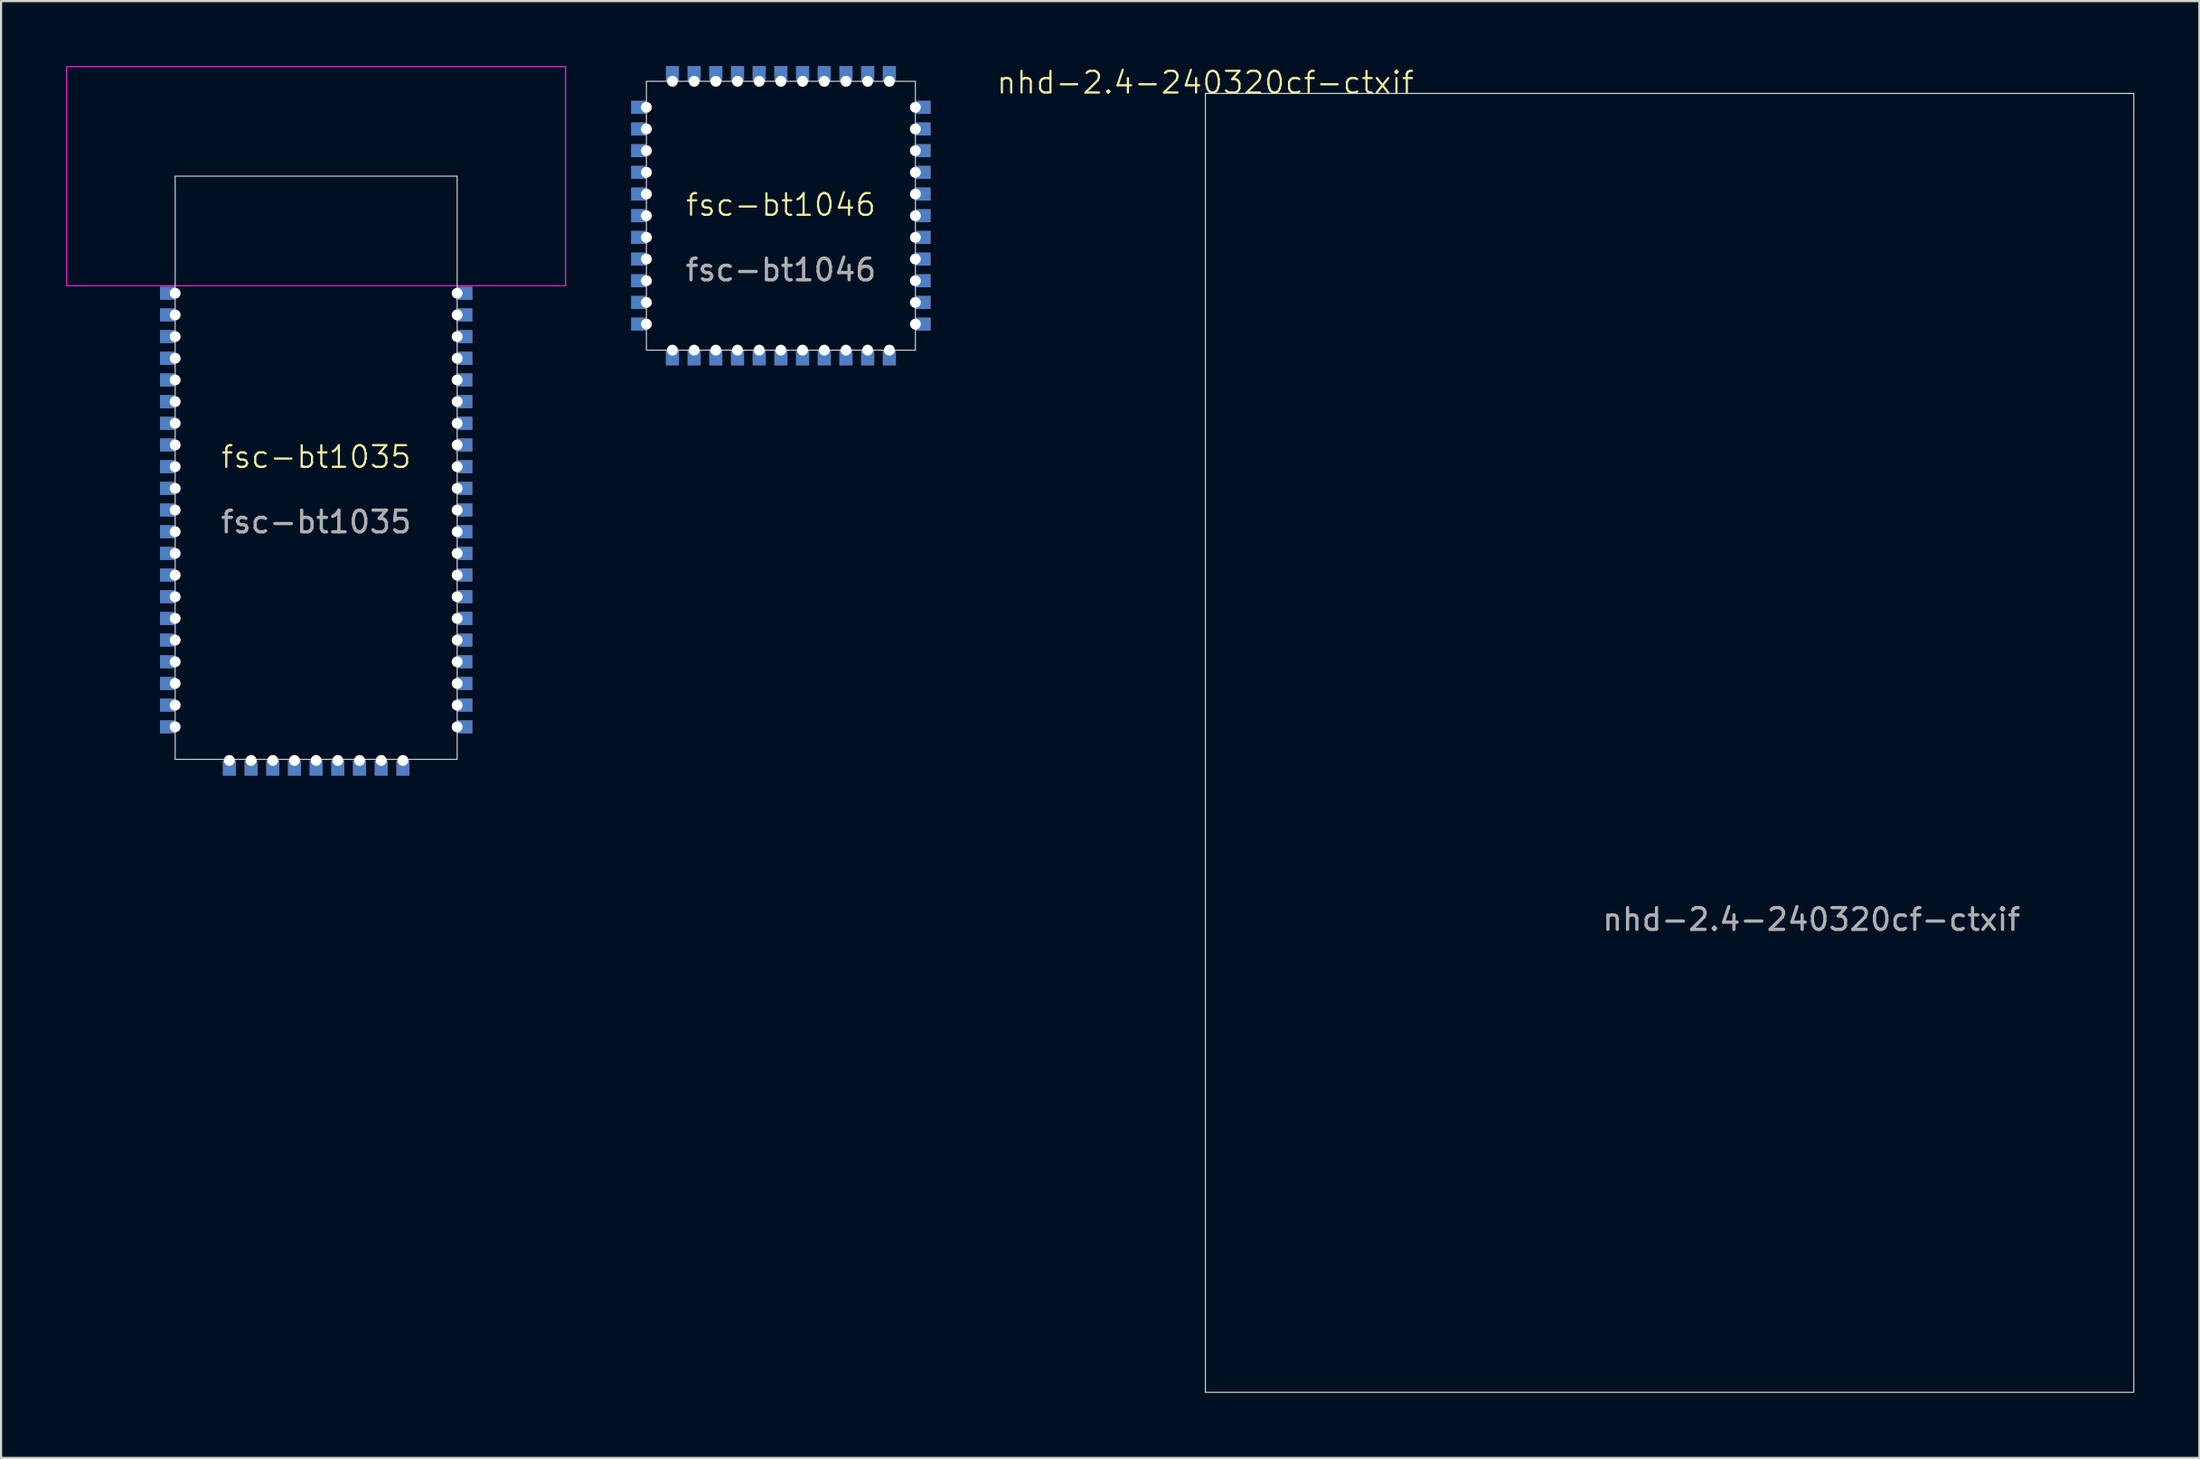
<source format=kicad_pcb>
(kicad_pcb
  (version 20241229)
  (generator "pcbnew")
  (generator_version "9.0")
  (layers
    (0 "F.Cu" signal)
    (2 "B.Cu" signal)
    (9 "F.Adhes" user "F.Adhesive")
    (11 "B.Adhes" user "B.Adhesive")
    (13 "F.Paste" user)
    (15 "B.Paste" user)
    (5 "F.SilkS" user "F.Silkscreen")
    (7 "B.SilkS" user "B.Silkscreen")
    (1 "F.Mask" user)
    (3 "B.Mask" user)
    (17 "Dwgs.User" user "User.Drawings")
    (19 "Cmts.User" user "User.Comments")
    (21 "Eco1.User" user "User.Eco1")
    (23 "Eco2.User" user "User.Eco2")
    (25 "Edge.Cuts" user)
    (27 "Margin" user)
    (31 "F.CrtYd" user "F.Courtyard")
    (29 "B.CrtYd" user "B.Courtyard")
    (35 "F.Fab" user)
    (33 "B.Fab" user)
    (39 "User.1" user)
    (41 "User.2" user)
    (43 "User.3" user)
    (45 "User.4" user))
  (footprint "fsc-bt1035"
    (layer "F.Cu")
    (at 11.525 18.525)
    (property "Reference" "fsc-bt1035" (at 0 -0.5 0) (unlocked yes) (layer "F.SilkS") (effects (font (size 1 1) (thickness 0.1))))
    (attr smd)
    (fp_rect (start -6.5 -13.45) (end 6.5 13.45) (stroke (width 0.05) (type default)) (fill no) (layer "Edge.Cuts"))
    (fp_rect (start -11.5 -18.5) (end 11.5 -8.4) (stroke (width 0.05) (type default)) (fill no) (layer "F.CrtYd"))
    (fp_text user "${REFERENCE}" (at 0 2.5 0) (unlocked yes) (layer "F.Fab") (effects (font (size 1 1) (thickness 0.15))))
    (pad "1" thru_hole rect (at -6.5 -8.05 180) (size 0.7 0.6) (drill 0.5 (offset 0.35 0)) (layers "*.Cu" "*.Mask"))
    (pad "2" thru_hole rect (at -6.5 -7.05 180) (size 0.7 0.6) (drill 0.5 (offset 0.35 0)) (layers "*.Cu" "*.Mask"))
    (pad "3" thru_hole rect (at -6.5 -6.05 180) (size 0.7 0.6) (drill 0.5 (offset 0.35 0)) (layers "*.Cu" "*.Mask"))
    (pad "4" thru_hole rect (at -6.5 -5.05 180) (size 0.7 0.6) (drill 0.5 (offset 0.35 0)) (layers "*.Cu" "*.Mask"))
    (pad "5" thru_hole rect (at -6.5 -4.05 180) (size 0.7 0.6) (drill 0.5 (offset 0.35 0)) (layers "*.Cu" "*.Mask"))
    (pad "6" thru_hole rect (at -6.5 -3.05 180) (size 0.7 0.6) (drill 0.5 (offset 0.35 0)) (layers "*.Cu" "*.Mask"))
    (pad "7" thru_hole rect (at -6.5 -2.05 180) (size 0.7 0.6) (drill 0.5 (offset 0.35 0)) (layers "*.Cu" "*.Mask"))
    (pad "8" thru_hole rect (at -6.5 -1.05 180) (size 0.7 0.6) (drill 0.5 (offset 0.35 0)) (layers "*.Cu" "*.Mask"))
    (pad "9" thru_hole rect (at -6.5 -0.05 180) (size 0.7 0.6) (drill 0.5 (offset 0.35 0)) (layers "*.Cu" "*.Mask"))
    (pad "10" thru_hole rect (at -6.5 0.95 180) (size 0.7 0.6) (drill 0.5 (offset 0.35 0)) (layers "*.Cu" "*.Mask"))
    (pad "11" thru_hole rect (at -6.5 1.95 180) (size 0.7 0.6) (drill 0.5 (offset 0.35 0)) (layers "*.Cu" "*.Mask"))
    (pad "12" thru_hole rect (at -6.5 2.95 180) (size 0.7 0.6) (drill 0.5 (offset 0.35 0)) (layers "*.Cu" "*.Mask"))
    (pad "13" thru_hole rect (at -6.5 3.95 180) (size 0.7 0.6) (drill 0.5 (offset 0.35 0)) (layers "*.Cu" "*.Mask"))
    (pad "14" thru_hole rect (at -6.5 4.95 180) (size 0.7 0.6) (drill 0.5 (offset 0.35 0)) (layers "*.Cu" "*.Mask"))
    (pad "15" thru_hole rect (at -6.5 5.95 180) (size 0.7 0.6) (drill 0.5 (offset 0.35 0)) (layers "*.Cu" "*.Mask"))
    (pad "16" thru_hole rect (at -6.5 6.95 180) (size 0.7 0.6) (drill 0.5 (offset 0.35 0)) (layers "*.Cu" "*.Mask"))
    (pad "17" thru_hole rect (at -6.5 7.95 180) (size 0.7 0.6) (drill 0.5 (offset 0.35 0)) (layers "*.Cu" "*.Mask"))
    (pad "18" thru_hole rect (at -6.5 8.95 180) (size 0.7 0.6) (drill 0.5 (offset 0.35 0)) (layers "*.Cu" "*.Mask"))
    (pad "19" thru_hole rect (at -6.5 9.95 180) (size 0.7 0.6) (drill 0.5 (offset 0.35 0)) (layers "*.Cu" "*.Mask"))
    (pad "20" thru_hole rect (at -6.5 10.95 180) (size 0.7 0.6) (drill 0.5 (offset 0.35 0)) (layers "*.Cu" "*.Mask"))
    (pad "21" thru_hole rect (at -6.5 11.95 180) (size 0.7 0.6) (drill 0.5 (offset 0.35 0)) (layers "*.Cu" "*.Mask"))
    (pad "22" thru_hole rect (at -4 13.5 270) (size 0.7 0.6) (drill 0.5 (offset 0.35 0)) (layers "*.Cu" "*.Mask"))
    (pad "23" thru_hole rect (at -3 13.5 270) (size 0.7 0.6) (drill 0.5 (offset 0.35 0)) (layers "*.Cu" "*.Mask"))
    (pad "24" thru_hole rect (at -2 13.5 270) (size 0.7 0.6) (drill 0.5 (offset 0.35 0)) (layers "*.Cu" "*.Mask"))
    (pad "25" thru_hole rect (at -1 13.5 270) (size 0.7 0.6) (drill 0.5 (offset 0.35 0)) (layers "*.Cu" "*.Mask"))
    (pad "26" thru_hole rect (at 0 13.5 270) (size 0.7 0.6) (drill 0.5 (offset 0.35 0)) (layers "*.Cu" "*.Mask"))
    (pad "27" thru_hole rect (at 1 13.5 270) (size 0.7 0.6) (drill 0.5 (offset 0.35 0)) (layers "*.Cu" "*.Mask"))
    (pad "28" thru_hole rect (at 2 13.5 270) (size 0.7 0.6) (drill 0.5 (offset 0.35 0)) (layers "*.Cu" "*.Mask"))
    (pad "29" thru_hole rect (at 3 13.5 270) (size 0.7 0.6) (drill 0.5 (offset 0.35 0)) (layers "*.Cu" "*.Mask"))
    (pad "30" thru_hole rect (at 4 13.5 270) (size 0.7 0.6) (drill 0.5 (offset 0.35 0)) (layers "*.Cu" "*.Mask"))
    (pad "32" thru_hole rect (at 6.5 11.95) (size 0.7 0.6) (drill 0.5 (offset 0.35 0)) (layers "*.Cu" "*.Mask"))
    (pad "33" thru_hole rect (at 6.5 10.95) (size 0.7 0.6) (drill 0.5 (offset 0.35 0)) (layers "*.Cu" "*.Mask"))
    (pad "34" thru_hole rect (at 6.5 9.95) (size 0.7 0.6) (drill 0.5 (offset 0.35 0)) (layers "*.Cu" "*.Mask"))
    (pad "35" thru_hole rect (at 6.5 8.95) (size 0.7 0.6) (drill 0.5 (offset 0.35 0)) (layers "*.Cu" "*.Mask"))
    (pad "36" thru_hole rect (at 6.5 7.95) (size 0.7 0.6) (drill 0.5 (offset 0.35 0)) (layers "*.Cu" "*.Mask"))
    (pad "37" thru_hole rect (at 6.5 6.95) (size 0.7 0.6) (drill 0.5 (offset 0.35 0)) (layers "*.Cu" "*.Mask"))
    (pad "38" thru_hole rect (at 6.5 5.95) (size 0.7 0.6) (drill 0.5 (offset 0.35 0)) (layers "*.Cu" "*.Mask"))
    (pad "39" thru_hole rect (at 6.5 4.95) (size 0.7 0.6) (drill 0.5 (offset 0.35 0)) (layers "*.Cu" "*.Mask"))
    (pad "40" thru_hole rect (at 6.5 3.95) (size 0.7 0.6) (drill 0.5 (offset 0.35 0)) (layers "*.Cu" "*.Mask"))
    (pad "41" thru_hole rect (at 6.5 2.95) (size 0.7 0.6) (drill 0.5 (offset 0.35 0)) (layers "*.Cu" "*.Mask"))
    (pad "42" thru_hole rect (at 6.5 1.95) (size 0.7 0.6) (drill 0.5 (offset 0.35 0)) (layers "*.Cu" "*.Mask"))
    (pad "43" thru_hole rect (at 6.5 0.95) (size 0.7 0.6) (drill 0.5 (offset 0.35 0)) (layers "*.Cu" "*.Mask"))
    (pad "44" thru_hole rect (at 6.5 -0.05) (size 0.7 0.6) (drill 0.5 (offset 0.35 0)) (layers "*.Cu" "*.Mask"))
    (pad "45" thru_hole rect (at 6.5 -1.05) (size 0.7 0.6) (drill 0.5 (offset 0.35 0)) (layers "*.Cu" "*.Mask"))
    (pad "46" thru_hole rect (at 6.5 -2.05) (size 0.7 0.6) (drill 0.5 (offset 0.35 0)) (layers "*.Cu" "*.Mask"))
    (pad "47" thru_hole rect (at 6.5 -3.05) (size 0.7 0.6) (drill 0.5 (offset 0.35 0)) (layers "*.Cu" "*.Mask"))
    (pad "48" thru_hole rect (at 6.5 -4.05) (size 0.7 0.6) (drill 0.5 (offset 0.35 0)) (layers "*.Cu" "*.Mask"))
    (pad "49" thru_hole rect (at 6.5 -5.05) (size 0.7 0.6) (drill 0.5 (offset 0.35 0)) (layers "*.Cu" "*.Mask"))
    (pad "50" thru_hole rect (at 6.5 -6.05) (size 0.7 0.6) (drill 0.5 (offset 0.35 0)) (layers "*.Cu" "*.Mask"))
    (pad "51" thru_hole rect (at 6.5 -7.05) (size 0.7 0.6) (drill 0.5 (offset 0.35 0)) (layers "*.Cu" "*.Mask"))
    (pad "52" thru_hole rect (at 6.5 -8.05) (size 0.7 0.6) (drill 0.5 (offset 0.35 0)) (layers "*.Cu" "*.Mask")))
  (footprint "nhd-2.4-240320cf-ctxif"
    (layer "F.Cu")
    (at 52.519 1.26)
    (property "Reference" "nhd-2.4-240320cf-ctxif" (at 0 -0.5 0) (unlocked yes) (layer "F.SilkS") (effects (font (size 1 1) (thickness 0.1))))
    (attr smd)
    (fp_rect (start 0 0) (end 42.8 59.91) (stroke (width 0.05) (type default)) (fill no) (layer "Edge.Cuts"))
    (fp_rect (start 1 1.12) (end 41.32 57.38) (stroke (width 0.1) (type default)) (fill no) (layer "User.1"))
    (fp_rect (start 2.8 2.82) (end 39.52 51.78) (stroke (width 0.1) (type default)) (fill no) (layer "User.2"))
    (fp_text user "${REFERENCE}" (at 27.94 38.1 0) (unlocked yes) (layer "F.Fab") (effects (font (size 1 1) (thickness 0.15)))))
  (footprint "fsc-bt1046"
    (layer "F.Cu")
    (at 32.95 6.9)
    (property "Reference" "fsc-bt1046" (at 0 -0.5 0) (unlocked yes) (layer "F.SilkS") (effects (font (size 1 1) (thickness 0.1))))
    (attr smd)
    (fp_rect (start -6.2 -6.2) (end 6.2 6.2) (stroke (width 0.05) (type default)) (fill no) (layer "Edge.Cuts"))
    (fp_text user "${REFERENCE}" (at 0 2.5 0) (unlocked yes) (layer "F.Fab") (effects (font (size 1 1) (thickness 0.15))))
    (pad "1" thru_hole rect (at 6.2 -5) (size 0.7 0.6) (drill 0.5 (offset 0.35 0)) (layers "*.Cu" "*.Mask"))
    (pad "2" thru_hole rect (at 6.2 -4) (size 0.7 0.6) (drill 0.5 (offset 0.35 0)) (layers "*.Cu" "*.Mask"))
    (pad "3" thru_hole rect (at 6.2 -3) (size 0.7 0.6) (drill 0.5 (offset 0.35 0)) (layers "*.Cu" "*.Mask"))
    (pad "4" thru_hole rect (at 6.2 -2) (size 0.7 0.6) (drill 0.5 (offset 0.35 0)) (layers "*.Cu" "*.Mask"))
    (pad "5" thru_hole rect (at 6.2 -1) (size 0.7 0.6) (drill 0.5 (offset 0.35 0)) (layers "*.Cu" "*.Mask"))
    (pad "6" thru_hole rect (at 6.2 0) (size 0.7 0.6) (drill 0.5 (offset 0.35 0)) (layers "*.Cu" "*.Mask"))
    (pad "7" thru_hole rect (at 6.2 1) (size 0.7 0.6) (drill 0.5 (offset 0.35 0)) (layers "*.Cu" "*.Mask"))
    (pad "8" thru_hole rect (at 6.2 2) (size 0.7 0.6) (drill 0.5 (offset 0.35 0)) (layers "*.Cu" "*.Mask"))
    (pad "9" thru_hole rect (at 6.2 3) (size 0.7 0.6) (drill 0.5 (offset 0.35 0)) (layers "*.Cu" "*.Mask"))
    (pad "10" thru_hole rect (at 6.2 4) (size 0.7 0.6) (drill 0.5 (offset 0.35 0)) (layers "*.Cu" "*.Mask"))
    (pad "11" thru_hole rect (at 6.2 5) (size 0.7 0.6) (drill 0.5 (offset 0.35 0)) (layers "*.Cu" "*.Mask"))
    (pad "12" thru_hole rect (at 5 6.2 270) (size 0.7 0.6) (drill 0.5 (offset 0.35 0)) (layers "*.Cu" "*.Mask"))
    (pad "13" thru_hole rect (at 4 6.2 270) (size 0.7 0.6) (drill 0.5 (offset 0.35 0)) (layers "*.Cu" "*.Mask"))
    (pad "14" thru_hole rect (at 3 6.2 270) (size 0.7 0.6) (drill 0.5 (offset 0.35 0)) (layers "*.Cu" "*.Mask"))
    (pad "15" thru_hole rect (at 2 6.2 270) (size 0.7 0.6) (drill 0.5 (offset 0.35 0)) (layers "*.Cu" "*.Mask"))
    (pad "16" thru_hole rect (at 1 6.2 270) (size 0.7 0.6) (drill 0.5 (offset 0.35 0)) (layers "*.Cu" "*.Mask"))
    (pad "17" thru_hole rect (at 0 6.2 270) (size 0.7 0.6) (drill 0.5 (offset 0.35 0)) (layers "*.Cu" "*.Mask"))
    (pad "18" thru_hole rect (at -1 6.2 270) (size 0.7 0.6) (drill 0.5 (offset 0.35 0)) (layers "*.Cu" "*.Mask"))
    (pad "19" thru_hole rect (at -2 6.2 270) (size 0.7 0.6) (drill 0.5 (offset 0.35 0)) (layers "*.Cu" "*.Mask"))
    (pad "20" thru_hole rect (at -3 6.2 270) (size 0.7 0.6) (drill 0.5 (offset 0.35 0)) (layers "*.Cu" "*.Mask"))
    (pad "21" thru_hole rect (at -4 6.2 270) (size 0.7 0.6) (drill 0.5 (offset 0.35 0)) (layers "*.Cu" "*.Mask"))
    (pad "22" thru_hole rect (at -5 6.2 270) (size 0.7 0.6) (drill 0.5 (offset 0.35 0)) (layers "*.Cu" "*.Mask"))
    (pad "23" thru_hole rect (at -6.2 5 180) (size 0.7 0.6) (drill 0.5 (offset 0.35 0)) (layers "*.Cu" "*.Mask"))
    (pad "24" thru_hole rect (at -6.2 4 180) (size 0.7 0.6) (drill 0.5 (offset 0.35 0)) (layers "*.Cu" "*.Mask"))
    (pad "25" thru_hole rect (at -6.2 3 180) (size 0.7 0.6) (drill 0.5 (offset 0.35 0)) (layers "*.Cu" "*.Mask"))
    (pad "26" thru_hole rect (at -6.2 2 180) (size 0.7 0.6) (drill 0.5 (offset 0.35 0)) (layers "*.Cu" "*.Mask"))
    (pad "27" thru_hole rect (at -6.2 1 180) (size 0.7 0.6) (drill 0.5 (offset 0.35 0)) (layers "*.Cu" "*.Mask"))
    (pad "28" thru_hole rect (at -6.2 0 180) (size 0.7 0.6) (drill 0.5 (offset 0.35 0)) (layers "*.Cu" "*.Mask"))
    (pad "29" thru_hole rect (at -6.2 -1 180) (size 0.7 0.6) (drill 0.5 (offset 0.35 0)) (layers "*.Cu" "*.Mask"))
    (pad "30" thru_hole rect (at -6.2 -2 180) (size 0.7 0.6) (drill 0.5 (offset 0.35 0)) (layers "*.Cu" "*.Mask"))
    (pad "31" thru_hole rect (at -6.2 -3 180) (size 0.7 0.6) (drill 0.5 (offset 0.35 0)) (layers "*.Cu" "*.Mask"))
    (pad "32" thru_hole rect (at -6.2 -4 180) (size 0.7 0.6) (drill 0.5 (offset 0.35 0)) (layers "*.Cu" "*.Mask"))
    (pad "33" thru_hole rect (at -6.2 -5 180) (size 0.7 0.6) (drill 0.5 (offset 0.35 0)) (layers "*.Cu" "*.Mask"))
    (pad "34" thru_hole rect (at -5 -6.2 90) (size 0.7 0.6) (drill 0.5 (offset 0.35 0)) (layers "*.Cu" "*.Mask"))
    (pad "35" thru_hole rect (at -4 -6.2 90) (size 0.7 0.6) (drill 0.5 (offset 0.35 0)) (layers "*.Cu" "*.Mask"))
    (pad "36" thru_hole rect (at -3 -6.2 90) (size 0.7 0.6) (drill 0.5 (offset 0.35 0)) (layers "*.Cu" "*.Mask"))
    (pad "37" thru_hole rect (at -2 -6.2 90) (size 0.7 0.6) (drill 0.5 (offset 0.35 0)) (layers "*.Cu" "*.Mask"))
    (pad "38" thru_hole rect (at -1 -6.2 90) (size 0.7 0.6) (drill 0.5 (offset 0.35 0)) (layers "*.Cu" "*.Mask"))
    (pad "39" thru_hole rect (at 0 -6.2 90) (size 0.7 0.6) (drill 0.5 (offset 0.35 0)) (layers "*.Cu" "*.Mask"))
    (pad "40" thru_hole rect (at 1 -6.2 90) (size 0.7 0.6) (drill 0.5 (offset 0.35 0)) (layers "*.Cu" "*.Mask"))
    (pad "41" thru_hole rect (at 2 -6.2 90) (size 0.7 0.6) (drill 0.5 (offset 0.35 0)) (layers "*.Cu" "*.Mask"))
    (pad "42" thru_hole rect (at 3 -6.2 90) (size 0.7 0.6) (drill 0.5 (offset 0.35 0)) (layers "*.Cu" "*.Mask"))
    (pad "43" thru_hole rect (at 4 -6.2 90) (size 0.7 0.6) (drill 0.5 (offset 0.35 0)) (layers "*.Cu" "*.Mask"))
    (pad "44" thru_hole rect (at 5 -6.2 90) (size 0.7 0.6) (drill 0.5 (offset 0.35 0)) (layers "*.Cu" "*.Mask")))
  (gr_rect
    (start -3 -3)
    (end 98.344 64.195)
    (stroke (width 0.1) (type default))
    (fill no)
    (layer "Edge.Cuts")))
</source>
